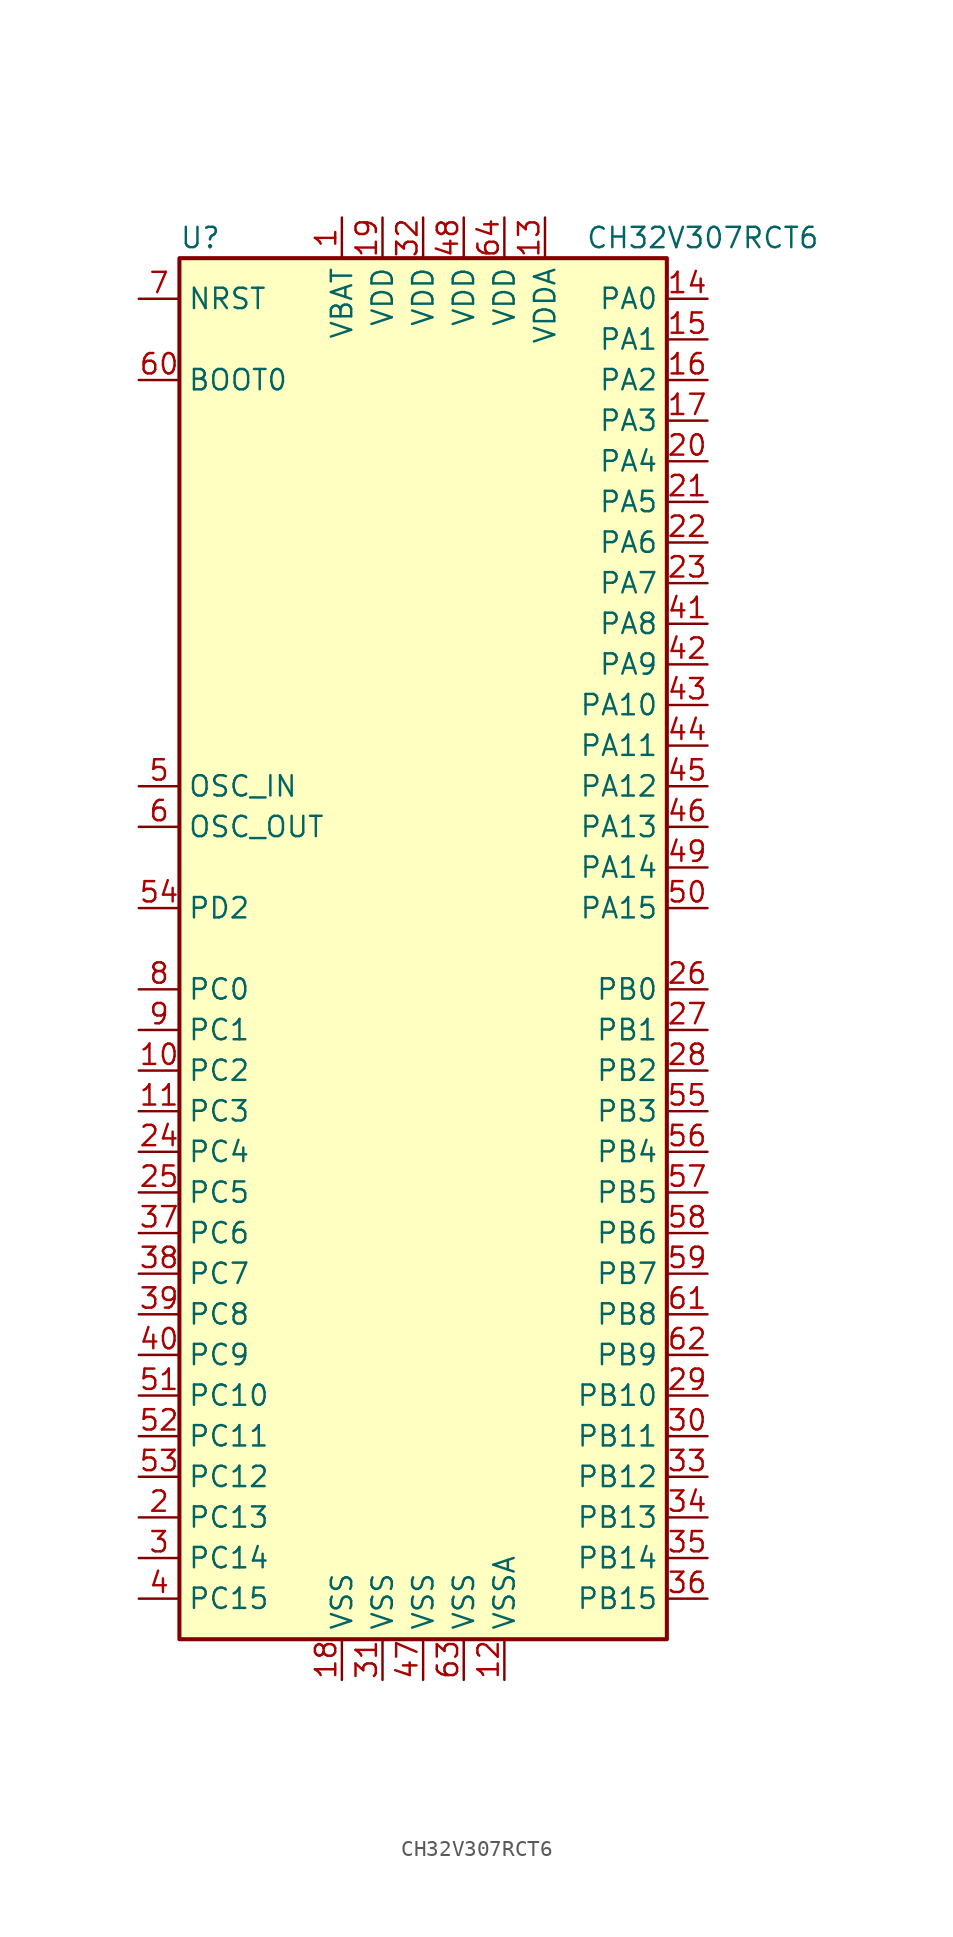
<source format=kicad_sym>
(kicad_symbol_lib
  (version 20220914)
  (generator kicad_symbol_editor)
  (symbol "CH32V307RCT6"
    (property "Reference" "U"
      (at 2.54 3.81 0)
      (effects (font (size 1.27 1.27)) (justify left)))
    (property "Value" "CH32V307RCT6"
      (at 27.94 3.81 0)
      (effects (font (size 1.27 1.27)) (justify left)))
    (symbol "CH32V307RCT6_0_1"
      (rectangle (start 2.54 -83.82) (end 33.02 2.54) (stroke (width 0.254) (type default)) (fill (type background))))
    (symbol "CH32V307RCT6_1_1"
      (pin power_in line (at 12.7 5.08 270) (length 2.54) (name "VBAT" (effects (font (size 1.27 1.27)))) (number "1" (effects (font (size 1.27 1.27)))))
      (pin bidirectional line (at 0 -48.26 0) (length 2.54) (name "PC2" (effects (font (size 1.27 1.27)))) (number "10" (effects (font (size 1.27 1.27)))))
      (pin bidirectional line (at 0 -50.8 0) (length 2.54) (name "PC3" (effects (font (size 1.27 1.27)))) (number "11" (effects (font (size 1.27 1.27)))))
      (pin power_in line (at 22.86 -86.36 90) (length 2.54) (name "VSSA" (effects (font (size 1.27 1.27)))) (number "12" (effects (font (size 1.27 1.27)))))
      (pin power_in line (at 25.4 5.08 270) (length 2.54) (name "VDDA" (effects (font (size 1.27 1.27)))) (number "13" (effects (font (size 1.27 1.27)))))
      (pin bidirectional line (at 35.56 0 180) (length 2.54) (name "PA0" (effects (font (size 1.27 1.27)))) (number "14" (effects (font (size 1.27 1.27)))))
      (pin bidirectional line (at 35.56 -2.54 180) (length 2.54) (name "PA1" (effects (font (size 1.27 1.27)))) (number "15" (effects (font (size 1.27 1.27)))))
      (pin bidirectional line (at 35.56 -5.08 180) (length 2.54) (name "PA2" (effects (font (size 1.27 1.27)))) (number "16" (effects (font (size 1.27 1.27)))))
      (pin bidirectional line (at 35.56 -7.62 180) (length 2.54) (name "PA3" (effects (font (size 1.27 1.27)))) (number "17" (effects (font (size 1.27 1.27)))))
      (pin power_in line (at 12.7 -86.36 90) (length 2.54) (name "VSS" (effects (font (size 1.27 1.27)))) (number "18" (effects (font (size 1.27 1.27)))))
      (pin power_in line (at 15.24 5.08 270) (length 2.54) (name "VDD" (effects (font (size 1.27 1.27)))) (number "19" (effects (font (size 1.27 1.27)))))
      (pin bidirectional line (at 0 -76.2 0) (length 2.54) (name "PC13" (effects (font (size 1.27 1.27)))) (number "2" (effects (font (size 1.27 1.27)))))
      (pin bidirectional line (at 35.56 -10.16 180) (length 2.54) (name "PA4" (effects (font (size 1.27 1.27)))) (number "20" (effects (font (size 1.27 1.27)))))
      (pin bidirectional line (at 35.56 -12.7 180) (length 2.54) (name "PA5" (effects (font (size 1.27 1.27)))) (number "21" (effects (font (size 1.27 1.27)))))
      (pin bidirectional line (at 35.56 -15.24 180) (length 2.54) (name "PA6" (effects (font (size 1.27 1.27)))) (number "22" (effects (font (size 1.27 1.27)))))
      (pin bidirectional line (at 35.56 -17.78 180) (length 2.54) (name "PA7" (effects (font (size 1.27 1.27)))) (number "23" (effects (font (size 1.27 1.27)))))
      (pin bidirectional line (at 0 -53.34 0) (length 2.54) (name "PC4" (effects (font (size 1.27 1.27)))) (number "24" (effects (font (size 1.27 1.27)))))
      (pin bidirectional line (at 0 -55.88 0) (length 2.54) (name "PC5" (effects (font (size 1.27 1.27)))) (number "25" (effects (font (size 1.27 1.27)))))
      (pin bidirectional line (at 35.56 -43.18 180) (length 2.54) (name "PB0" (effects (font (size 1.27 1.27)))) (number "26" (effects (font (size 1.27 1.27)))))
      (pin bidirectional line (at 35.56 -45.72 180) (length 2.54) (name "PB1" (effects (font (size 1.27 1.27)))) (number "27" (effects (font (size 1.27 1.27)))))
      (pin bidirectional line (at 35.56 -48.26 180) (length 2.54) (name "PB2" (effects (font (size 1.27 1.27)))) (number "28" (effects (font (size 1.27 1.27)))))
      (pin bidirectional line (at 35.56 -68.58 180) (length 2.54) (name "PB10" (effects (font (size 1.27 1.27)))) (number "29" (effects (font (size 1.27 1.27)))))
      (pin bidirectional line (at 0 -78.74 0) (length 2.54) (name "PC14" (effects (font (size 1.27 1.27)))) (number "3" (effects (font (size 1.27 1.27)))))
      (pin bidirectional line (at 35.56 -71.12 180) (length 2.54) (name "PB11" (effects (font (size 1.27 1.27)))) (number "30" (effects (font (size 1.27 1.27)))))
      (pin power_in line (at 15.24 -86.36 90) (length 2.54) (name "VSS" (effects (font (size 1.27 1.27)))) (number "31" (effects (font (size 1.27 1.27)))))
      (pin power_in line (at 17.78 5.08 270) (length 2.54) (name "VDD" (effects (font (size 1.27 1.27)))) (number "32" (effects (font (size 1.27 1.27)))))
      (pin bidirectional line (at 35.56 -73.66 180) (length 2.54) (name "PB12" (effects (font (size 1.27 1.27)))) (number "33" (effects (font (size 1.27 1.27)))))
      (pin bidirectional line (at 35.56 -76.2 180) (length 2.54) (name "PB13" (effects (font (size 1.27 1.27)))) (number "34" (effects (font (size 1.27 1.27)))))
      (pin bidirectional line (at 35.56 -78.74 180) (length 2.54) (name "PB14" (effects (font (size 1.27 1.27)))) (number "35" (effects (font (size 1.27 1.27)))))
      (pin bidirectional line (at 35.56 -81.28 180) (length 2.54) (name "PB15" (effects (font (size 1.27 1.27)))) (number "36" (effects (font (size 1.27 1.27)))))
      (pin bidirectional line (at 0 -58.42 0) (length 2.54) (name "PC6" (effects (font (size 1.27 1.27)))) (number "37" (effects (font (size 1.27 1.27)))))
      (pin bidirectional line (at 0 -60.96 0) (length 2.54) (name "PC7" (effects (font (size 1.27 1.27)))) (number "38" (effects (font (size 1.27 1.27)))))
      (pin bidirectional line (at 0 -63.5 0) (length 2.54) (name "PC8" (effects (font (size 1.27 1.27)))) (number "39" (effects (font (size 1.27 1.27)))))
      (pin bidirectional line (at 0 -81.28 0) (length 2.54) (name "PC15" (effects (font (size 1.27 1.27)))) (number "4" (effects (font (size 1.27 1.27)))))
      (pin bidirectional line (at 0 -66.04 0) (length 2.54) (name "PC9" (effects (font (size 1.27 1.27)))) (number "40" (effects (font (size 1.27 1.27)))))
      (pin bidirectional line (at 35.56 -20.32 180) (length 2.54) (name "PA8" (effects (font (size 1.27 1.27)))) (number "41" (effects (font (size 1.27 1.27)))))
      (pin bidirectional line (at 35.56 -22.86 180) (length 2.54) (name "PA9" (effects (font (size 1.27 1.27)))) (number "42" (effects (font (size 1.27 1.27)))))
      (pin bidirectional line (at 35.56 -25.4 180) (length 2.54) (name "PA10" (effects (font (size 1.27 1.27)))) (number "43" (effects (font (size 1.27 1.27)))))
      (pin bidirectional line (at 35.56 -27.94 180) (length 2.54) (name "PA11" (effects (font (size 1.27 1.27)))) (number "44" (effects (font (size 1.27 1.27)))))
      (pin bidirectional line (at 35.56 -30.48 180) (length 2.54) (name "PA12" (effects (font (size 1.27 1.27)))) (number "45" (effects (font (size 1.27 1.27)))))
      (pin bidirectional line (at 35.56 -33.02 180) (length 2.54) (name "PA13" (effects (font (size 1.27 1.27)))) (number "46" (effects (font (size 1.27 1.27)))))
      (pin power_in line (at 17.78 -86.36 90) (length 2.54) (name "VSS" (effects (font (size 1.27 1.27)))) (number "47" (effects (font (size 1.27 1.27)))))
      (pin power_in line (at 20.32 5.08 270) (length 2.54) (name "VDD" (effects (font (size 1.27 1.27)))) (number "48" (effects (font (size 1.27 1.27)))))
      (pin bidirectional line (at 35.56 -35.56 180) (length 2.54) (name "PA14" (effects (font (size 1.27 1.27)))) (number "49" (effects (font (size 1.27 1.27)))))
      (pin input line (at 0 -30.48 0) (length 2.54) (name "OSC_IN" (effects (font (size 1.27 1.27)))) (number "5" (effects (font (size 1.27 1.27)))))
      (pin bidirectional line (at 35.56 -38.1 180) (length 2.54) (name "PA15" (effects (font (size 1.27 1.27)))) (number "50" (effects (font (size 1.27 1.27)))))
      (pin bidirectional line (at 0 -68.58 0) (length 2.54) (name "PC10" (effects (font (size 1.27 1.27)))) (number "51" (effects (font (size 1.27 1.27)))))
      (pin bidirectional line (at 0 -71.12 0) (length 2.54) (name "PC11" (effects (font (size 1.27 1.27)))) (number "52" (effects (font (size 1.27 1.27)))))
      (pin bidirectional line (at 0 -73.66 0) (length 2.54) (name "PC12" (effects (font (size 1.27 1.27)))) (number "53" (effects (font (size 1.27 1.27)))))
      (pin bidirectional line (at 0 -38.1 0) (length 2.54) (name "PD2" (effects (font (size 1.27 1.27)))) (number "54" (effects (font (size 1.27 1.27)))))
      (pin bidirectional line (at 35.56 -50.8 180) (length 2.54) (name "PB3" (effects (font (size 1.27 1.27)))) (number "55" (effects (font (size 1.27 1.27)))))
      (pin bidirectional line (at 35.56 -53.34 180) (length 2.54) (name "PB4" (effects (font (size 1.27 1.27)))) (number "56" (effects (font (size 1.27 1.27)))))
      (pin bidirectional line (at 35.56 -55.88 180) (length 2.54) (name "PB5" (effects (font (size 1.27 1.27)))) (number "57" (effects (font (size 1.27 1.27)))))
      (pin bidirectional line (at 35.56 -58.42 180) (length 2.54) (name "PB6" (effects (font (size 1.27 1.27)))) (number "58" (effects (font (size 1.27 1.27)))))
      (pin bidirectional line (at 35.56 -60.96 180) (length 2.54) (name "PB7" (effects (font (size 1.27 1.27)))) (number "59" (effects (font (size 1.27 1.27)))))
      (pin output line (at 0 -33.02 0) (length 2.54) (name "OSC_OUT" (effects (font (size 1.27 1.27)))) (number "6" (effects (font (size 1.27 1.27)))))
      (pin input line (at 0 -5.08 0) (length 2.54) (name "BOOT0" (effects (font (size 1.27 1.27)))) (number "60" (effects (font (size 1.27 1.27)))))
      (pin bidirectional line (at 35.56 -63.5 180) (length 2.54) (name "PB8" (effects (font (size 1.27 1.27)))) (number "61" (effects (font (size 1.27 1.27)))))
      (pin bidirectional line (at 35.56 -66.04 180) (length 2.54) (name "PB9" (effects (font (size 1.27 1.27)))) (number "62" (effects (font (size 1.27 1.27)))))
      (pin power_in line (at 20.32 -86.36 90) (length 2.54) (name "VSS" (effects (font (size 1.27 1.27)))) (number "63" (effects (font (size 1.27 1.27)))))
      (pin power_in line (at 22.86 5.08 270) (length 2.54) (name "VDD" (effects (font (size 1.27 1.27)))) (number "64" (effects (font (size 1.27 1.27)))))
      (pin input line (at 0 0 0) (length 2.54) (name "NRST" (effects (font (size 1.27 1.27)))) (number "7" (effects (font (size 1.27 1.27)))))
      (pin bidirectional line (at 0 -43.18 0) (length 2.54) (name "PC0" (effects (font (size 1.27 1.27)))) (number "8" (effects (font (size 1.27 1.27)))))
      (pin bidirectional line (at 0 -45.72 0) (length 2.54) (name "PC1" (effects (font (size 1.27 1.27)))) (number "9" (effects (font (size 1.27 1.27))))))))
</source>
